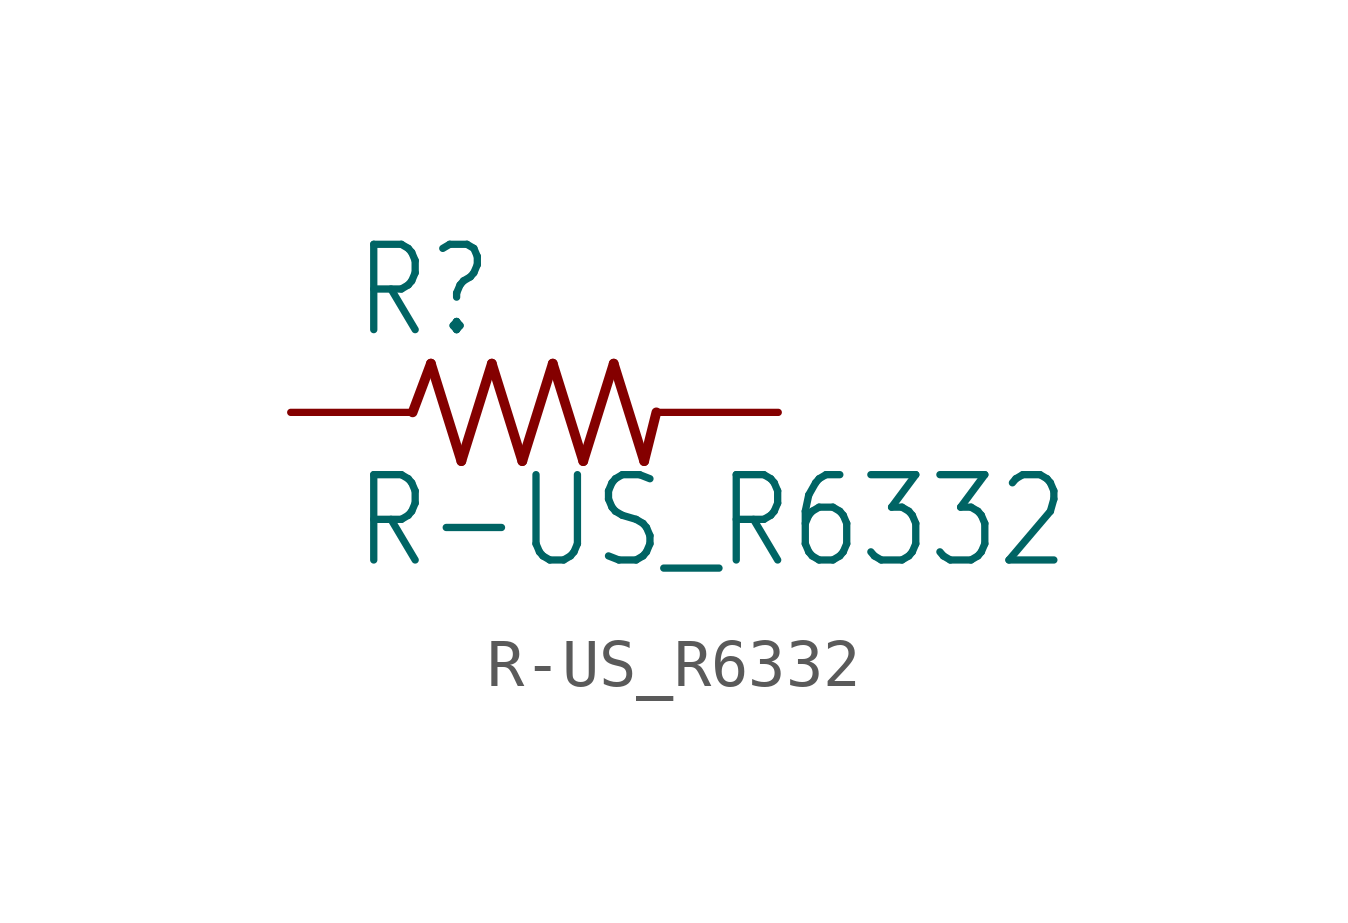
<source format=kicad_sym>
(kicad_symbol_lib
  (version 20211014)
  (generator kicad_symbol_editor)
  (symbol "R-US_R6332"
    (property "Reference" "R"
      (at -3.81 1.499 0)
      (effects (font (size 1.778 1.511)) (justify left bottom)))
    (property "Value" "R-US_R6332"
      (at -3.81 -3.302 0)
      (effects (font (size 1.778 1.511)) (justify left bottom)))
    (property "ki_locked" ""
      (at 0 0 0)
      (effects (font (size 1.27 1.27))))
    (symbol "R-US_R6332_1_0"
      (polyline (pts (xy -2.54 0) (xy -2.159 1.016)) (stroke (width 0.203) (type default) (color 0 0 0 0)) (fill (type none)))
      (polyline (pts (xy -2.159 1.016) (xy -1.524 -1.016)) (stroke (width 0.203) (type default) (color 0 0 0 0)) (fill (type none)))
      (polyline (pts (xy -1.524 -1.016) (xy -0.889 1.016)) (stroke (width 0.203) (type default) (color 0 0 0 0)) (fill (type none)))
      (polyline (pts (xy -0.889 1.016) (xy -0.254 -1.016)) (stroke (width 0.203) (type default) (color 0 0 0 0)) (fill (type none)))
      (polyline (pts (xy -0.254 -1.016) (xy 0.381 1.016)) (stroke (width 0.203) (type default) (color 0 0 0 0)) (fill (type none)))
      (polyline (pts (xy 0.381 1.016) (xy 1.016 -1.016)) (stroke (width 0.203) (type default) (color 0 0 0 0)) (fill (type none)))
      (polyline (pts (xy 1.016 -1.016) (xy 1.651 1.016)) (stroke (width 0.203) (type default) (color 0 0 0 0)) (fill (type none)))
      (polyline (pts (xy 1.651 1.016) (xy 2.286 -1.016)) (stroke (width 0.203) (type default) (color 0 0 0 0)) (fill (type none)))
      (polyline (pts (xy 2.286 -1.016) (xy 2.54 0)) (stroke (width 0.203) (type default) (color 0 0 0 0)) (fill (type none)))
      (pin passive line (at -5.08 0 0) (length 2.54) (name "1" (effects (font (size 0 0)))) (number "1" (effects (font (size 0 0)))))
      (pin passive line (at 5.08 0 180) (length 2.54) (name "2" (effects (font (size 0 0)))) (number "2" (effects (font (size 0 0))))))))
</source>
